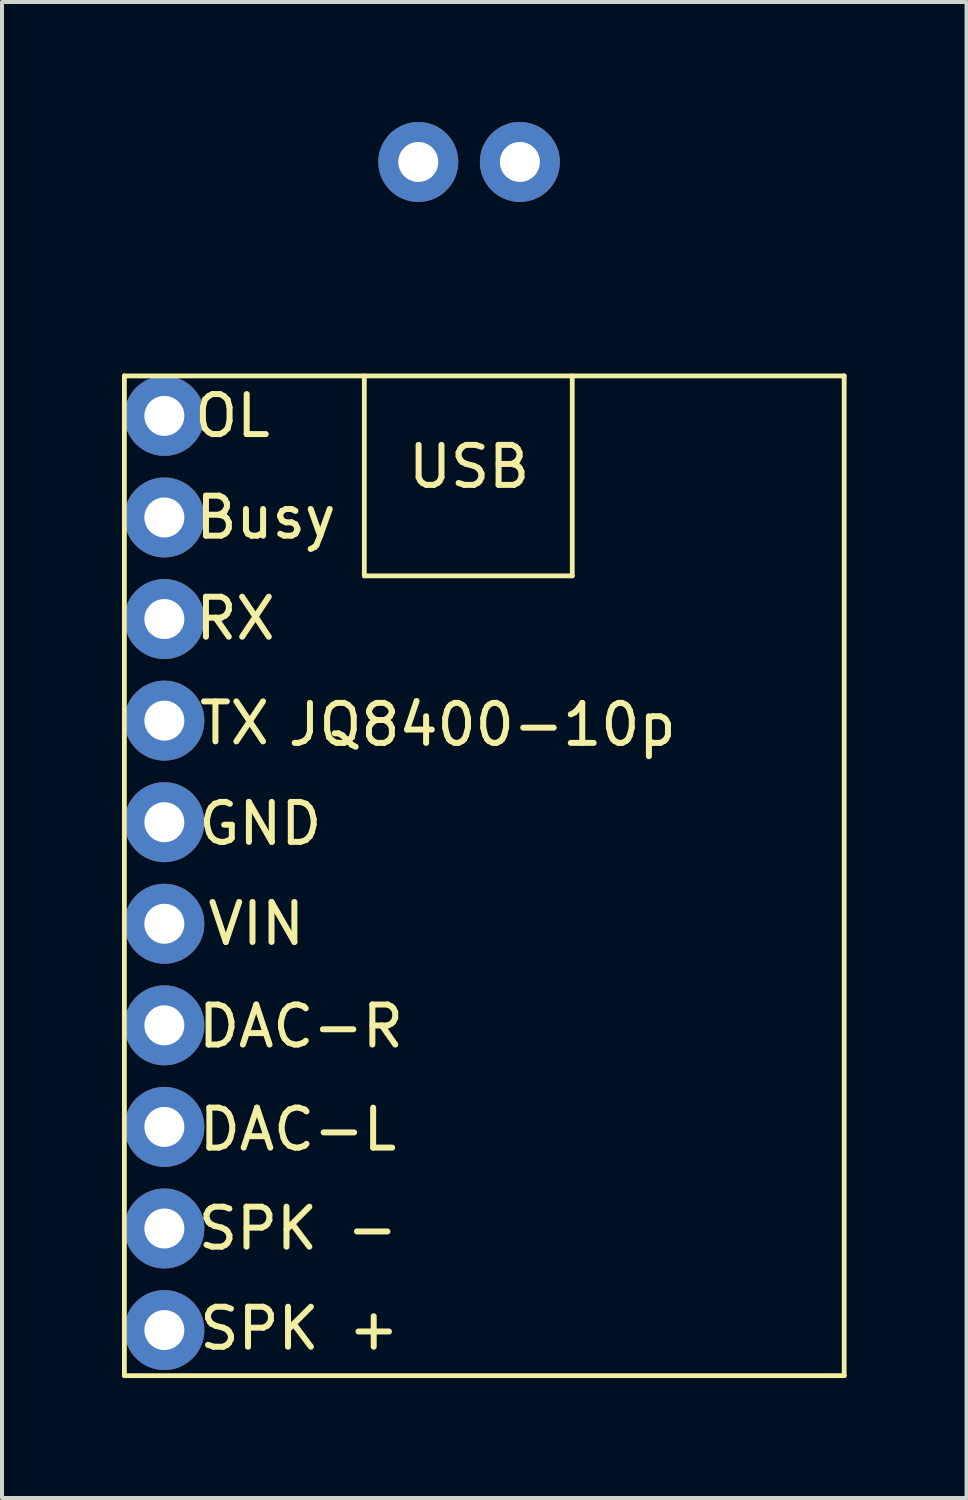
<source format=kicad_pcb>
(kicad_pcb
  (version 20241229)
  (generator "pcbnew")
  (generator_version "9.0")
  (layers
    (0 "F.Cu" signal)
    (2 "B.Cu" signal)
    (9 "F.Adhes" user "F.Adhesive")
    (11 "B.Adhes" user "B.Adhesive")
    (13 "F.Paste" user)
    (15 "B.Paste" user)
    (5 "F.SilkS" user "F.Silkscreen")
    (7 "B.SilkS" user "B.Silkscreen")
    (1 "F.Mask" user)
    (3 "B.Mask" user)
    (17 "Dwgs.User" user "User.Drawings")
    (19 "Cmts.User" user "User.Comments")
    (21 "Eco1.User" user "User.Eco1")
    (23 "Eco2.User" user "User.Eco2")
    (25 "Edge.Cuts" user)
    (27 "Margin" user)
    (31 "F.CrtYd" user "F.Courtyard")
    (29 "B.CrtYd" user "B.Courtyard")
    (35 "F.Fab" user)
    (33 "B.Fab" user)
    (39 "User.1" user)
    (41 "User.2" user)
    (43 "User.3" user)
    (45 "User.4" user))
  (footprint "JQ8400-10p"
    (layer "F.Cu")
    (at 1.06 7.35)
    (property "Reference" "JQ8400-10p" (at 7.95 7.722 0) (layer "F.SilkS") (effects (font (size 1 1) (thickness 0.15))))
    (attr through_hole)
    (fp_line (start -1 -1) (end -1 24) (stroke (width 0.12) (type solid)) (layer "F.SilkS"))
    (fp_line (start -1 -1) (end 17 -1) (stroke (width 0.12) (type solid)) (layer "F.SilkS"))
    (fp_line (start -1 24) (end 17 24) (stroke (width 0.12) (type solid)) (layer "F.SilkS"))
    (fp_line (start 5 -1) (end 5 4) (stroke (width 0.12) (type solid)) (layer "F.SilkS"))
    (fp_line (start 5 4) (end 10.2 4) (stroke (width 0.12) (type solid)) (layer "F.SilkS"))
    (fp_line (start 10.2 4) (end 10.2 -1) (stroke (width 0.12) (type solid)) (layer "F.SilkS"))
    (fp_line (start 17 -1) (end 17 24) (stroke (width 0.12) (type solid)) (layer "F.SilkS"))
    (fp_text user "DAC-L" (at 3.34 17.843 0) (layer "F.SilkS") (effects (font (size 1 1) (thickness 0.15))))
    (fp_text user "OL" (at 1.702 0 0) (layer "F.SilkS") (effects (font (size 1 1) (thickness 0.15))))
    (fp_text user "USB" (at 7.62 1.27 0) (layer "F.SilkS") (effects (font (size 1 1) (thickness 0.15))))
    (fp_text user "RX" (at 1.778 5.067 0) (layer "F.SilkS") (effects (font (size 1 1) (thickness 0.15))))
    (fp_text user "GND" (at 2.4 10.198 0) (layer "F.SilkS") (effects (font (size 1 1) (thickness 0.15))))
    (fp_text user "Busy" (at 2.54 2.54 0) (layer "F.SilkS") (effects (font (size 1 1) (thickness 0.15))))
    (fp_text user "DAC-R" (at 3.416 15.265 0) (layer "F.SilkS") (effects (font (size 1 1) (thickness 0.15))))
    (fp_text user "TX" (at 1.753 7.684 0) (layer "F.SilkS") (effects (font (size 1 1) (thickness 0.15))))
    (fp_text user "VIN" (at 2.299 12.7 0) (layer "F.SilkS") (effects (font (size 1 1) (thickness 0.15))))
    (fp_text user "SPK -" (at 3.34 20.32 0) (layer "F.SilkS") (effects (font (size 1 1) (thickness 0.15))))
    (fp_text user "SPK +" (at 3.378 22.822 0) (layer "F.SilkS") (effects (font (size 1 1) (thickness 0.15))))
    (pad "1" thru_hole circle (at 0 0) (size 2 2) (drill 1) (layers "*.Cu" "*.Mask"))
    (pad "2" thru_hole circle (at 0 2.54) (size 2 2) (drill 1) (layers "*.Cu" "*.Mask"))
    (pad "3" thru_hole circle (at 0 5.08) (size 2 2) (drill 1) (layers "*.Cu" "*.Mask"))
    (pad "4" thru_hole circle (at 0 7.62) (size 2 2) (drill 1) (layers "*.Cu" "*.Mask"))
    (pad "5" thru_hole circle (at 0 10.16) (size 2 2) (drill 1) (layers "*.Cu" "*.Mask"))
    (pad "6" thru_hole circle (at 0 12.7) (size 2 2) (drill 1) (layers "*.Cu" "*.Mask"))
    (pad "7" thru_hole circle (at 0 15.24) (size 2 2) (drill 1) (layers "*.Cu" "*.Mask"))
    (pad "8" thru_hole circle (at 0 17.78) (size 2 2) (drill 1) (layers "*.Cu" "*.Mask"))
    (pad "9" thru_hole circle (at 0 20.32) (size 2 2) (drill 1) (layers "*.Cu" "*.Mask"))
    (pad "10" thru_hole circle (at 0 22.86) (size 2 2) (drill 1) (layers "*.Cu" "*.Mask"))
    (pad "11" thru_hole circle (at 6.35 -6.35) (size 2 2) (drill 1) (layers "*.Cu" "*.Mask"))
    (pad "12" thru_hole circle (at 8.89 -6.35) (size 2 2) (drill 1) (layers "*.Cu" "*.Mask")))
  (gr_rect
    (start -3 -3)
    (end 21.12 34.41)
    (stroke (width 0.1) (type default))
    (fill no)
    (layer "Edge.Cuts")))
</source>
